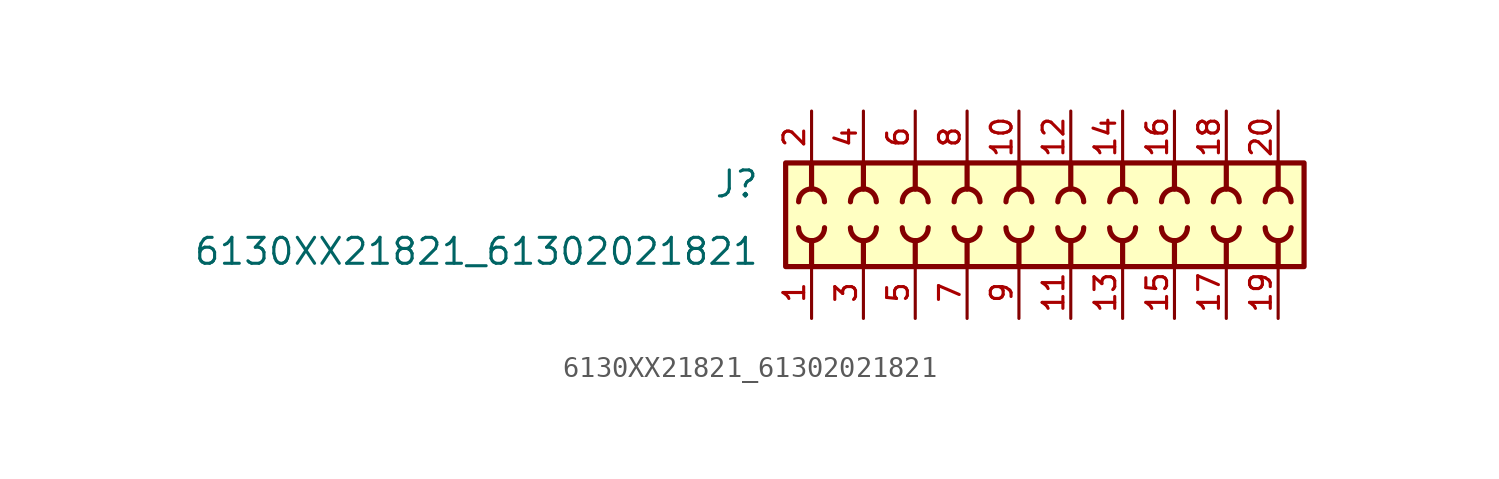
<source format=kicad_sym>
(kicad_symbol_lib
  (version 20211014)
  (generator kicad_symbol_editor)
  (symbol "6130XX21821_61302021821"
    (pin_names
      (offset 1.016))
    (property "Reference" "J"
      (at -12.7 0.762 0)
      (effects (font (size 1.27 1.27)) (justify bottom right)))
    (property "Value" "6130XX21821_61302021821"
      (at -12.7 -2.54 0)
      (effects (font (size 1.27 1.27)) (justify bottom right)))
    (symbol "6130XX21821_61302021821_0_0"
      (arc (start -7.62 -1.27) (mid -7.171 -1.084) (end -6.985 -0.635) (stroke (width 0.254) (type default) (color 0 0 0 0)) (fill (type none)))
      (arc (start -8.255 -0.635) (mid -8.069 -1.084) (end -7.62 -1.27) (stroke (width 0.254) (type default) (color 0 0 0 0)) (fill (type none)))
      (arc (start -10.16 -1.27) (mid -9.711 -1.084) (end -9.525 -0.635) (stroke (width 0.254) (type default) (color 0 0 0 0)) (fill (type none)))
      (arc (start -10.795 -0.635) (mid -10.609 -1.084) (end -10.16 -1.27) (stroke (width 0.254) (type default) (color 0 0 0 0)) (fill (type none)))
      (polyline (pts (xy -10.16 -1.27) (xy -10.16 -2.54)) (stroke (width 0.254)))
      (polyline (pts (xy -7.62 -1.27) (xy -7.62 -2.54)) (stroke (width 0.254)))
      (arc (start -10.16 1.27) (mid -10.609 1.084) (end -10.795 0.635) (stroke (width 0.254) (type default) (color 0 0 0 0)) (fill (type none)))
      (arc (start -9.525 0.635) (mid -9.711 1.084) (end -10.16 1.27) (stroke (width 0.254) (type default) (color 0 0 0 0)) (fill (type none)))
      (arc (start -7.62 1.27) (mid -8.069 1.084) (end -8.255 0.635) (stroke (width 0.254) (type default) (color 0 0 0 0)) (fill (type none)))
      (arc (start -6.985 0.635) (mid -7.171 1.084) (end -7.62 1.27) (stroke (width 0.254) (type default) (color 0 0 0 0)) (fill (type none)))
      (polyline (pts (xy -7.62 1.27) (xy -7.62 2.54)) (stroke (width 0.254)))
      (polyline (pts (xy -10.16 1.27) (xy -10.16 2.54)) (stroke (width 0.254)))
      (arc (start -5.08 -1.27) (mid -4.631 -1.084) (end -4.445 -0.635) (stroke (width 0.254) (type default) (color 0 0 0 0)) (fill (type none)))
      (arc (start -5.715 -0.635) (mid -5.529 -1.084) (end -5.08 -1.27) (stroke (width 0.254) (type default) (color 0 0 0 0)) (fill (type none)))
      (polyline (pts (xy -5.08 -1.27) (xy -5.08 -2.54)) (stroke (width 0.254)))
      (arc (start -5.08 1.27) (mid -5.529 1.084) (end -5.715 0.635) (stroke (width 0.254) (type default) (color 0 0 0 0)) (fill (type none)))
      (arc (start -4.445 0.635) (mid -4.631 1.084) (end -5.08 1.27) (stroke (width 0.254) (type default) (color 0 0 0 0)) (fill (type none)))
      (polyline (pts (xy -5.08 1.27) (xy -5.08 2.54)) (stroke (width 0.254)))
      (arc (start -2.54 -1.27) (mid -2.091 -1.084) (end -1.905 -0.635) (stroke (width 0.254) (type default) (color 0 0 0 0)) (fill (type none)))
      (arc (start -3.175 -0.635) (mid -2.989 -1.084) (end -2.54 -1.27) (stroke (width 0.254) (type default) (color 0 0 0 0)) (fill (type none)))
      (polyline (pts (xy -2.54 -1.27) (xy -2.54 -2.54)) (stroke (width 0.254)))
      (arc (start -2.54 1.27) (mid -2.989 1.084) (end -3.175 0.635) (stroke (width 0.254) (type default) (color 0 0 0 0)) (fill (type none)))
      (arc (start -1.905 0.635) (mid -2.091 1.084) (end -2.54 1.27) (stroke (width 0.254) (type default) (color 0 0 0 0)) (fill (type none)))
      (polyline (pts (xy -2.54 1.27) (xy -2.54 2.54)) (stroke (width 0.254)))
      (arc (start 0.0 -1.27) (mid 0.449 -1.084) (end 0.635 -0.635) (stroke (width 0.254) (type default) (color 0 0 0 0)) (fill (type none)))
      (arc (start -0.635 -0.635) (mid -0.449 -1.084) (end 0.0 -1.27) (stroke (width 0.254) (type default) (color 0 0 0 0)) (fill (type none)))
      (polyline (pts (xy 0.0 -1.27) (xy 0.0 -2.54)) (stroke (width 0.254)))
      (arc (start 0.0 1.27) (mid -0.449 1.084) (end -0.635 0.635) (stroke (width 0.254) (type default) (color 0 0 0 0)) (fill (type none)))
      (arc (start 0.635 0.635) (mid 0.449 1.084) (end 0.0 1.27) (stroke (width 0.254) (type default) (color 0 0 0 0)) (fill (type none)))
      (polyline (pts (xy 0.0 1.27) (xy 0.0 2.54)) (stroke (width 0.254)))
      (arc (start 2.54 -1.27) (mid 2.989 -1.084) (end 3.175 -0.635) (stroke (width 0.254) (type default) (color 0 0 0 0)) (fill (type none)))
      (arc (start 1.905 -0.635) (mid 2.091 -1.084) (end 2.54 -1.27) (stroke (width 0.254) (type default) (color 0 0 0 0)) (fill (type none)))
      (polyline (pts (xy 2.54 -1.27) (xy 2.54 -2.54)) (stroke (width 0.254)))
      (arc (start 2.54 1.27) (mid 2.091 1.084) (end 1.905 0.635) (stroke (width 0.254) (type default) (color 0 0 0 0)) (fill (type none)))
      (arc (start 3.175 0.635) (mid 2.989 1.084) (end 2.54 1.27) (stroke (width 0.254) (type default) (color 0 0 0 0)) (fill (type none)))
      (polyline (pts (xy 2.54 1.27) (xy 2.54 2.54)) (stroke (width 0.254)))
      (arc (start 5.08 1.27) (mid 4.631 1.084) (end 4.445 0.635) (stroke (width 0.254) (type default) (color 0 0 0 0)) (fill (type none)))
      (arc (start 5.715 0.635) (mid 5.529 1.084) (end 5.08 1.27) (stroke (width 0.254) (type default) (color 0 0 0 0)) (fill (type none)))
      (polyline (pts (xy 5.08 1.27) (xy 5.08 2.54)) (stroke (width 0.254)))
      (arc (start 5.08 -1.27) (mid 5.529 -1.084) (end 5.715 -0.635) (stroke (width 0.254) (type default) (color 0 0 0 0)) (fill (type none)))
      (arc (start 4.445 -0.635) (mid 4.631 -1.084) (end 5.08 -1.27) (stroke (width 0.254) (type default) (color 0 0 0 0)) (fill (type none)))
      (polyline (pts (xy 5.08 -1.27) (xy 5.08 -2.54)) (stroke (width 0.254)))
      (arc (start 7.62 1.27) (mid 7.171 1.084) (end 6.985 0.635) (stroke (width 0.254) (type default) (color 0 0 0 0)) (fill (type none)))
      (arc (start 8.255 0.635) (mid 8.069 1.084) (end 7.62 1.27) (stroke (width 0.254) (type default) (color 0 0 0 0)) (fill (type none)))
      (polyline (pts (xy 7.62 1.27) (xy 7.62 2.54)) (stroke (width 0.254)))
      (arc (start 7.62 -1.27) (mid 8.069 -1.084) (end 8.255 -0.635) (stroke (width 0.254) (type default) (color 0 0 0 0)) (fill (type none)))
      (arc (start 6.985 -0.635) (mid 7.171 -1.084) (end 7.62 -1.27) (stroke (width 0.254) (type default) (color 0 0 0 0)) (fill (type none)))
      (polyline (pts (xy 7.62 -1.27) (xy 7.62 -2.54)) (stroke (width 0.254)))
      (arc (start 10.16 1.27) (mid 9.711 1.084) (end 9.525 0.635) (stroke (width 0.254) (type default) (color 0 0 0 0)) (fill (type none)))
      (arc (start 10.795 0.635) (mid 10.609 1.084) (end 10.16 1.27) (stroke (width 0.254) (type default) (color 0 0 0 0)) (fill (type none)))
      (polyline (pts (xy 10.16 1.27) (xy 10.16 2.54)) (stroke (width 0.254)))
      (arc (start 10.16 -1.27) (mid 10.609 -1.084) (end 10.795 -0.635) (stroke (width 0.254) (type default) (color 0 0 0 0)) (fill (type none)))
      (arc (start 9.525 -0.635) (mid 9.711 -1.084) (end 10.16 -1.27) (stroke (width 0.254) (type default) (color 0 0 0 0)) (fill (type none)))
      (polyline (pts (xy 10.16 -1.27) (xy 10.16 -2.54)) (stroke (width 0.254)))
      (arc (start 12.7 1.27) (mid 12.251 1.084) (end 12.065 0.635) (stroke (width 0.254) (type default) (color 0 0 0 0)) (fill (type none)))
      (arc (start 13.335 0.635) (mid 13.149 1.084) (end 12.7 1.27) (stroke (width 0.254) (type default) (color 0 0 0 0)) (fill (type none)))
      (polyline (pts (xy 12.7 1.27) (xy 12.7 2.54)) (stroke (width 0.254)))
      (arc (start 12.7 -1.27) (mid 13.149 -1.084) (end 13.335 -0.635) (stroke (width 0.254) (type default) (color 0 0 0 0)) (fill (type none)))
      (arc (start 12.065 -0.635) (mid 12.251 -1.084) (end 12.7 -1.27) (stroke (width 0.254) (type default) (color 0 0 0 0)) (fill (type none)))
      (polyline (pts (xy 12.7 -1.27) (xy 12.7 -2.54)) (stroke (width 0.254)))
      (rectangle (start -11.43 -2.54) (end 13.97 2.54) (stroke (width 0.254)) (fill (type background)))
      (pin passive line (at -10.16 -5.08 90.0) (length 2.54) (name "~" (effects (font (size 1.016 1.016)))) (number "1" (effects (font (size 1.016 1.016)))))
      (pin passive line (at -10.16 5.08 270.0) (length 2.54) (name "~" (effects (font (size 1.016 1.016)))) (number "2" (effects (font (size 1.016 1.016)))))
      (pin passive line (at -7.62 -5.08 90.0) (length 2.54) (name "~" (effects (font (size 1.016 1.016)))) (number "3" (effects (font (size 1.016 1.016)))))
      (pin passive line (at -7.62 5.08 270.0) (length 2.54) (name "~" (effects (font (size 1.016 1.016)))) (number "4" (effects (font (size 1.016 1.016)))))
      (pin passive line (at -5.08 -5.08 90.0) (length 2.54) (name "~" (effects (font (size 1.016 1.016)))) (number "5" (effects (font (size 1.016 1.016)))))
      (pin passive line (at -5.08 5.08 270.0) (length 2.54) (name "~" (effects (font (size 1.016 1.016)))) (number "6" (effects (font (size 1.016 1.016)))))
      (pin passive line (at -2.54 -5.08 90.0) (length 2.54) (name "~" (effects (font (size 1.016 1.016)))) (number "7" (effects (font (size 1.016 1.016)))))
      (pin passive line (at -2.54 5.08 270.0) (length 2.54) (name "~" (effects (font (size 1.016 1.016)))) (number "8" (effects (font (size 1.016 1.016)))))
      (pin passive line (at 0.0 -5.08 90.0) (length 2.54) (name "~" (effects (font (size 1.016 1.016)))) (number "9" (effects (font (size 1.016 1.016)))))
      (pin passive line (at 0.0 5.08 270.0) (length 2.54) (name "~" (effects (font (size 1.016 1.016)))) (number "10" (effects (font (size 1.016 1.016)))))
      (pin passive line (at 2.54 -5.08 90.0) (length 2.54) (name "~" (effects (font (size 1.016 1.016)))) (number "11" (effects (font (size 1.016 1.016)))))
      (pin passive line (at 2.54 5.08 270.0) (length 2.54) (name "~" (effects (font (size 1.016 1.016)))) (number "12" (effects (font (size 1.016 1.016)))))
      (pin passive line (at 5.08 -5.08 90.0) (length 2.54) (name "~" (effects (font (size 1.016 1.016)))) (number "13" (effects (font (size 1.016 1.016)))))
      (pin passive line (at 5.08 5.08 270.0) (length 2.54) (name "~" (effects (font (size 1.016 1.016)))) (number "14" (effects (font (size 1.016 1.016)))))
      (pin passive line (at 7.62 -5.08 90.0) (length 2.54) (name "~" (effects (font (size 1.016 1.016)))) (number "15" (effects (font (size 1.016 1.016)))))
      (pin passive line (at 7.62 5.08 270.0) (length 2.54) (name "~" (effects (font (size 1.016 1.016)))) (number "16" (effects (font (size 1.016 1.016)))))
      (pin passive line (at 10.16 -5.08 90.0) (length 2.54) (name "~" (effects (font (size 1.016 1.016)))) (number "17" (effects (font (size 1.016 1.016)))))
      (pin passive line (at 10.16 5.08 270.0) (length 2.54) (name "~" (effects (font (size 1.016 1.016)))) (number "18" (effects (font (size 1.016 1.016)))))
      (pin passive line (at 12.7 -5.08 90.0) (length 2.54) (name "~" (effects (font (size 1.016 1.016)))) (number "19" (effects (font (size 1.016 1.016)))))
      (pin passive line (at 12.7 5.08 270.0) (length 2.54) (name "~" (effects (font (size 1.016 1.016)))) (number "20" (effects (font (size 1.016 1.016))))))))
</source>
